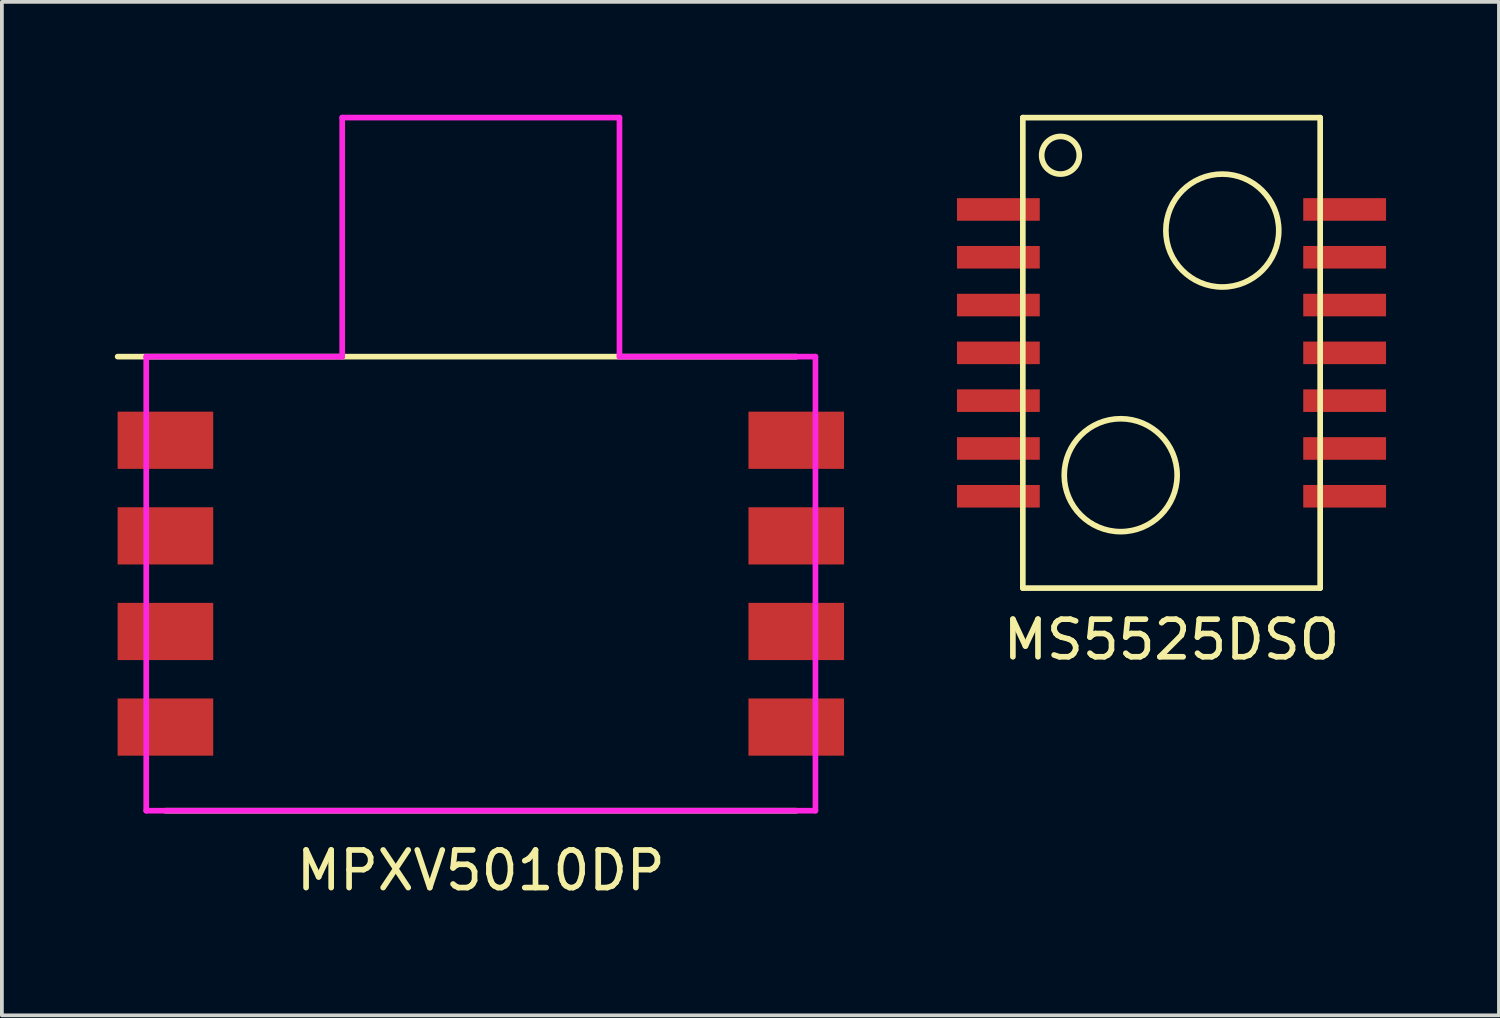
<source format=kicad_pcb>
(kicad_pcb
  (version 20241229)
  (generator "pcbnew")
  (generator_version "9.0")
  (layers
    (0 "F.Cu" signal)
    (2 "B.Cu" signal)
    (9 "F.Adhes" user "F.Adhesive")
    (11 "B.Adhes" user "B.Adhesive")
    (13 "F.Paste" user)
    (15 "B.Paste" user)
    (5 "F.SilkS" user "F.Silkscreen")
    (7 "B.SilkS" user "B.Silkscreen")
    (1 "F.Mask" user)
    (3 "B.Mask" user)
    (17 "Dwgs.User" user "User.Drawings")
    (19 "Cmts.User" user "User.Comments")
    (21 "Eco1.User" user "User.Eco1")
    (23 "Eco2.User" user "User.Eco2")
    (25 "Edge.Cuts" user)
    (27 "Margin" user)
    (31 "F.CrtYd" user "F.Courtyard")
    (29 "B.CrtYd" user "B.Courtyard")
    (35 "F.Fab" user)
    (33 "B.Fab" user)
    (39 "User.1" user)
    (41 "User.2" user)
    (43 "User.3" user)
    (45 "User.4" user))
  (footprint "MS5525DSO"
    (layer "F.Cu")
    (at 28.075 6.325)
    (property "Reference" "MS5525DSO" (at 0 7.62 0) (layer "F.SilkS") (effects (font (size 1 1) (thickness 0.15))))
    (attr through_hole)
    (fp_line (start -3.95 -6.25) (end -3.95 6.25) (stroke (width 0.15) (type solid)) (layer "F.SilkS"))
    (fp_line (start -3.95 -6.25) (end 3.95 -6.25) (stroke (width 0.15) (type solid)) (layer "F.SilkS"))
    (fp_line (start -3.95 6.25) (end 3.95 6.25) (stroke (width 0.15) (type solid)) (layer "F.SilkS"))
    (fp_line (start 3.95 -6.25) (end 3.95 6.25) (stroke (width 0.15) (type solid)) (layer "F.SilkS"))
    (fp_circle (center -2.95 -5.25) (end -2.45 -5.25) (stroke (width 0.15) (type solid)) (fill no) (layer "F.SilkS"))
    (fp_circle (center -1.35 3.25) (end 0.15 3.25) (stroke (width 0.15) (type solid)) (fill no) (layer "F.SilkS"))
    (fp_circle (center 1.35 -3.25) (end 2.85 -3.25) (stroke (width 0.15) (type solid)) (fill no) (layer "F.SilkS"))
    (pad "1" smd rect (at -4.6 -3.81) (size 2.2 0.6) (layers "F.Cu" "F.Mask" "F.Paste"))
    (pad "2" smd rect (at -4.6 -2.54) (size 2.2 0.6) (layers "F.Cu" "F.Mask" "F.Paste"))
    (pad "3" smd rect (at -4.6 -1.27) (size 2.2 0.6) (layers "F.Cu" "F.Mask" "F.Paste"))
    (pad "4" smd rect (at -4.6 0) (size 2.2 0.6) (layers "F.Cu" "F.Mask" "F.Paste"))
    (pad "5" smd rect (at -4.6 1.27) (size 2.2 0.6) (layers "F.Cu" "F.Mask" "F.Paste"))
    (pad "6" smd rect (at -4.6 2.54) (size 2.2 0.6) (layers "F.Cu" "F.Mask" "F.Paste"))
    (pad "7" smd rect (at -4.6 3.81) (size 2.2 0.6) (layers "F.Cu" "F.Mask" "F.Paste"))
    (pad "8" smd rect (at 4.6 3.81) (size 2.2 0.6) (layers "F.Cu" "F.Mask" "F.Paste"))
    (pad "9" smd rect (at 4.6 2.54) (size 2.2 0.6) (layers "F.Cu" "F.Mask" "F.Paste"))
    (pad "10" smd rect (at 4.6 1.27) (size 2.2 0.6) (layers "F.Cu" "F.Mask" "F.Paste"))
    (pad "11" smd rect (at 4.6 0) (size 2.2 0.6) (layers "F.Cu" "F.Mask" "F.Paste"))
    (pad "12" smd rect (at 4.6 -1.27) (size 2.2 0.6) (layers "F.Cu" "F.Mask" "F.Paste"))
    (pad "13" smd rect (at 4.6 -2.54) (size 2.2 0.6) (layers "F.Cu" "F.Mask" "F.Paste"))
    (pad "14" smd rect (at 4.6 -3.81) (size 2.2 0.6) (layers "F.Cu" "F.Mask" "F.Paste")))
  (footprint "MPXV5010DP"
    (layer "F.Cu")
    (at 9.725 12.457)
    (property "Reference" "MPXV5010DP" (at 0 7.62 0) (layer "F.SilkS") (effects (font (size 1 1) (thickness 0.15))))
    (attr through_hole)
    (fp_line (start -9.65 -6.032) (end 8.38 -6.032) (stroke (width 0.15) (type solid)) (layer "F.SilkS"))
    (fp_line (start -8.38 6.032) (end 8.38 6.032) (stroke (width 0.15) (type solid)) (layer "F.SilkS"))
    (fp_line (start -8.89 -6.032) (end -8.89 6.032) (stroke (width 0.15) (type solid)) (layer "F.CrtYd"))
    (fp_line (start -8.89 -6.032) (end -3.683 -6.032) (stroke (width 0.15) (type solid)) (layer "F.CrtYd"))
    (fp_line (start -8.89 6.032) (end 8.89 6.032) (stroke (width 0.15) (type solid)) (layer "F.CrtYd"))
    (fp_line (start -3.683 -12.383) (end -3.683 -6.032) (stroke (width 0.15) (type solid)) (layer "F.CrtYd"))
    (fp_line (start -3.683 -12.383) (end 3.683 -12.383) (stroke (width 0.15) (type solid)) (layer "F.CrtYd"))
    (fp_line (start 3.683 -12.383) (end 3.683 -6.032) (stroke (width 0.15) (type solid)) (layer "F.CrtYd"))
    (fp_line (start 3.683 -6.032) (end 8.89 -6.032) (stroke (width 0.15) (type solid)) (layer "F.CrtYd"))
    (fp_line (start 8.89 6.032) (end 8.89 -6.032) (stroke (width 0.15) (type solid)) (layer "F.CrtYd"))
    (pad "1" smd rect (at -8.38 -3.81) (size 2.54 1.52) (layers "F.Cu" "F.Mask" "F.Paste"))
    (pad "2" smd rect (at -8.38 -1.27) (size 2.54 1.52) (layers "F.Cu" "F.Mask" "F.Paste"))
    (pad "3" smd rect (at -8.38 1.27) (size 2.54 1.52) (layers "F.Cu" "F.Mask" "F.Paste"))
    (pad "4" smd rect (at -8.38 3.81) (size 2.54 1.52) (layers "F.Cu" "F.Mask" "F.Paste"))
    (pad "5" smd rect (at 8.38 3.81) (size 2.54 1.52) (layers "F.Cu" "F.Mask" "F.Paste"))
    (pad "6" smd rect (at 8.38 1.27) (size 2.54 1.52) (layers "F.Cu" "F.Mask" "F.Paste"))
    (pad "7" smd rect (at 8.38 -1.27) (size 2.54 1.52) (layers "F.Cu" "F.Mask" "F.Paste"))
    (pad "8" smd rect (at 8.38 -3.81) (size 2.54 1.52) (layers "F.Cu" "F.Mask" "F.Paste")))
  (gr_rect
    (start -3 -3)
    (end 36.775 23.926)
    (stroke (width 0.1) (type default))
    (fill no)
    (layer "Edge.Cuts")))
</source>
